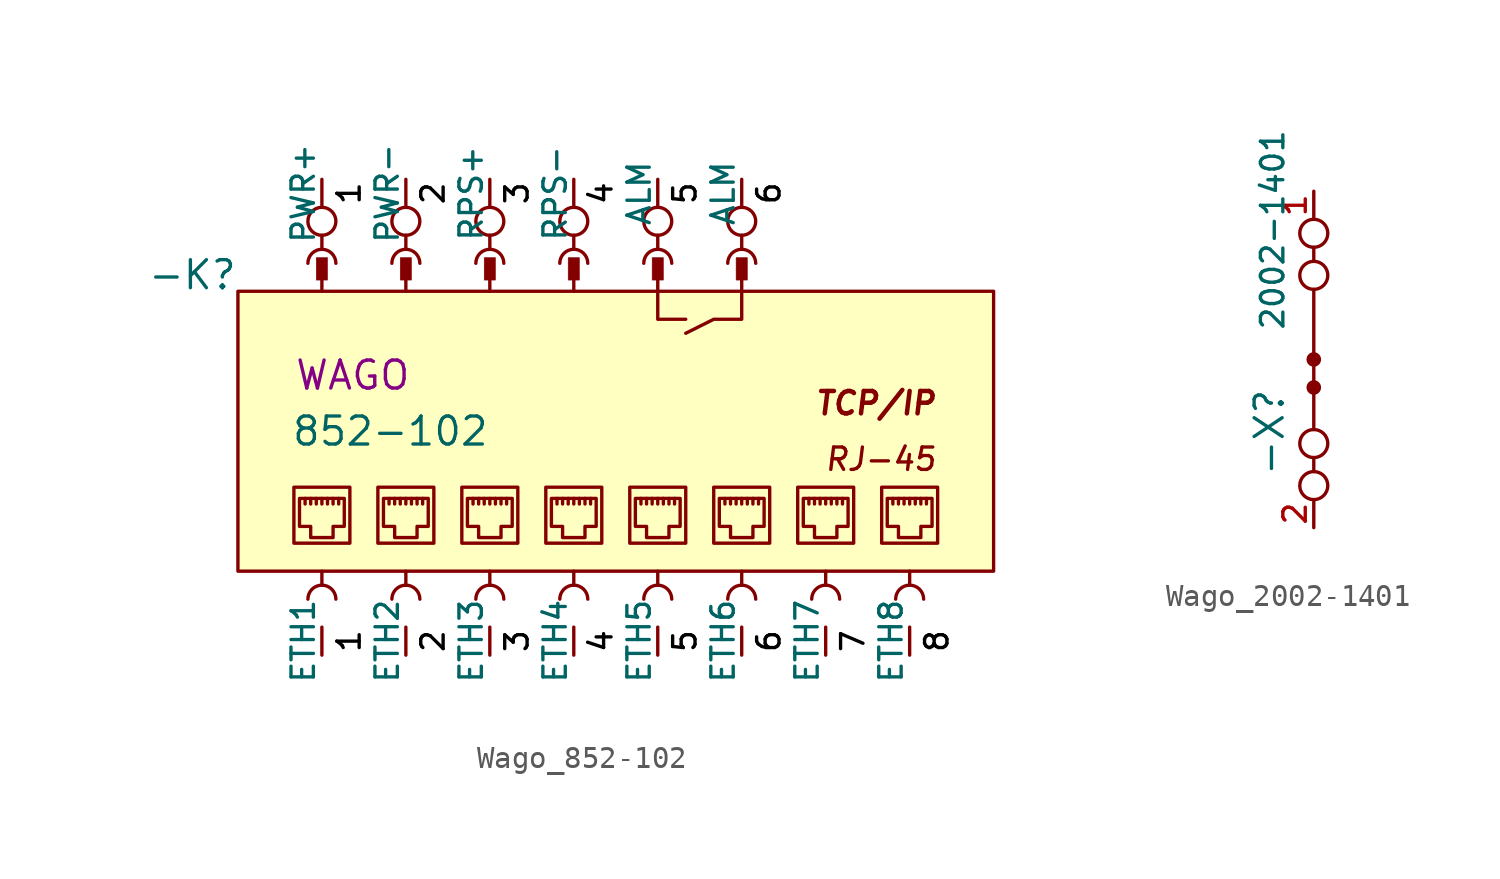
<source format=kicad_sym>
(kicad_symbol_lib
  (version 20231120)
  (generator "kicad_symbol_editor")
  (generator_version "8.0")
  (symbol "Wago_852-102"
    (pin_numbers hide)
    (pin_names
      (offset 0))
    (property "Reference" "-K"
      (at 0 0 0)
      (do_not_autoplace)
      (effects (font (size 1.27 1.27)) (justify right bottom)))
    (property "Value" "852-102"
      (at 11.43 -6.35 0)
      (do_not_autoplace)
      (effects (font (size 1.27 1.27)) (justify right)))
    (property "Manufacturer" "WAGO"
      (at 2.54 -3.81 0)
      (do_not_autoplace)
      (effects (font (size 1.27 1.27)) (justify left)))
    (symbol "Wago_852-102_0_1"
      (polyline (pts (xy 20.32 -1.27) (xy 19.05 -1.27) (xy 19.05 0)) (stroke (width 0) (type default)) (fill (type none)))
      (polyline (pts (xy 22.86 0) (xy 22.86 -1.27) (xy 21.59 -1.27) (xy 20.32 -1.905)) (stroke (width 0) (type default)) (fill (type none)))
      (circle (center 3.81 3.175) (radius 0.635) (stroke (width 0) (type default)) (fill (type none)))
      (circle (center 7.62 3.175) (radius 0.635) (stroke (width 0) (type default)) (fill (type none)))
      (circle (center 11.43 3.175) (radius 0.635) (stroke (width 0) (type default)) (fill (type none)))
      (circle (center 15.24 3.175) (radius 0.635) (stroke (width 0) (type default)) (fill (type none)))
      (circle (center 19.05 3.175) (radius 0.635) (stroke (width 0) (type default)) (fill (type none)))
      (circle (center 22.86 3.175) (radius 0.635) (stroke (width 0) (type default)) (fill (type none))))
    (symbol "Wago_852-102_1_0"
      (polyline (pts (xy 3.048 -9.652) (xy 3.048 -9.398)) (stroke (width 0) (type default)) (fill (type none)))
      (polyline (pts (xy 3.302 -9.652) (xy 3.302 -9.398)) (stroke (width 0) (type default)) (fill (type none)))
      (polyline (pts (xy 3.556 -9.652) (xy 3.556 -9.398)) (stroke (width 0) (type default)) (fill (type none)))
      (polyline (pts (xy 3.81 -9.652) (xy 3.81 -9.398)) (stroke (width 0) (type default)) (fill (type none)))
      (polyline (pts (xy 4.064 -9.652) (xy 4.064 -9.398)) (stroke (width 0) (type default)) (fill (type none)))
      (polyline (pts (xy 4.318 -9.652) (xy 4.318 -9.398)) (stroke (width 0) (type default)) (fill (type none)))
      (polyline (pts (xy 4.572 -9.652) (xy 4.572 -9.398)) (stroke (width 0) (type default)) (fill (type none)))
      (polyline (pts (xy 6.858 -9.652) (xy 6.858 -9.398)) (stroke (width 0) (type default)) (fill (type none)))
      (polyline (pts (xy 7.112 -9.652) (xy 7.112 -9.398)) (stroke (width 0) (type default)) (fill (type none)))
      (polyline (pts (xy 7.366 -9.652) (xy 7.366 -9.398)) (stroke (width 0) (type default)) (fill (type none)))
      (polyline (pts (xy 7.62 -9.652) (xy 7.62 -9.398)) (stroke (width 0) (type default)) (fill (type none)))
      (polyline (pts (xy 7.874 -9.652) (xy 7.874 -9.398)) (stroke (width 0) (type default)) (fill (type none)))
      (polyline (pts (xy 8.128 -9.652) (xy 8.128 -9.398)) (stroke (width 0) (type default)) (fill (type none)))
      (polyline (pts (xy 8.382 -9.652) (xy 8.382 -9.398)) (stroke (width 0) (type default)) (fill (type none)))
      (polyline (pts (xy 10.668 -9.652) (xy 10.668 -9.398)) (stroke (width 0) (type default)) (fill (type none)))
      (polyline (pts (xy 10.922 -9.652) (xy 10.922 -9.398)) (stroke (width 0) (type default)) (fill (type none)))
      (polyline (pts (xy 11.176 -9.652) (xy 11.176 -9.398)) (stroke (width 0) (type default)) (fill (type none)))
      (polyline (pts (xy 11.43 -9.652) (xy 11.43 -9.398)) (stroke (width 0) (type default)) (fill (type none)))
      (polyline (pts (xy 11.684 -9.652) (xy 11.684 -9.398)) (stroke (width 0) (type default)) (fill (type none)))
      (polyline (pts (xy 11.938 -9.652) (xy 11.938 -9.398)) (stroke (width 0) (type default)) (fill (type none)))
      (polyline (pts (xy 12.192 -9.652) (xy 12.192 -9.398)) (stroke (width 0) (type default)) (fill (type none)))
      (polyline (pts (xy 14.478 -9.652) (xy 14.478 -9.398)) (stroke (width 0) (type default)) (fill (type none)))
      (polyline (pts (xy 14.732 -9.652) (xy 14.732 -9.398)) (stroke (width 0) (type default)) (fill (type none)))
      (polyline (pts (xy 14.986 -9.652) (xy 14.986 -9.398)) (stroke (width 0) (type default)) (fill (type none)))
      (polyline (pts (xy 15.24 -9.652) (xy 15.24 -9.398)) (stroke (width 0) (type default)) (fill (type none)))
      (polyline (pts (xy 15.494 -9.652) (xy 15.494 -9.398)) (stroke (width 0) (type default)) (fill (type none)))
      (polyline (pts (xy 15.748 -9.652) (xy 15.748 -9.398)) (stroke (width 0) (type default)) (fill (type none)))
      (polyline (pts (xy 16.002 -9.652) (xy 16.002 -9.398)) (stroke (width 0) (type default)) (fill (type none)))
      (polyline (pts (xy 18.288 -9.652) (xy 18.288 -9.398)) (stroke (width 0) (type default)) (fill (type none)))
      (polyline (pts (xy 18.542 -9.652) (xy 18.542 -9.398)) (stroke (width 0) (type default)) (fill (type none)))
      (polyline (pts (xy 18.796 -9.652) (xy 18.796 -9.398)) (stroke (width 0) (type default)) (fill (type none)))
      (polyline (pts (xy 19.05 -9.652) (xy 19.05 -9.398)) (stroke (width 0) (type default)) (fill (type none)))
      (polyline (pts (xy 19.304 -9.652) (xy 19.304 -9.398)) (stroke (width 0) (type default)) (fill (type none)))
      (polyline (pts (xy 19.558 -9.652) (xy 19.558 -9.398)) (stroke (width 0) (type default)) (fill (type none)))
      (polyline (pts (xy 19.812 -9.652) (xy 19.812 -9.398)) (stroke (width 0) (type default)) (fill (type none)))
      (polyline (pts (xy 22.098 -9.652) (xy 22.098 -9.398)) (stroke (width 0) (type default)) (fill (type none)))
      (polyline (pts (xy 22.352 -9.652) (xy 22.352 -9.398)) (stroke (width 0) (type default)) (fill (type none)))
      (polyline (pts (xy 22.606 -9.652) (xy 22.606 -9.398)) (stroke (width 0) (type default)) (fill (type none)))
      (polyline (pts (xy 22.86 -9.652) (xy 22.86 -9.398)) (stroke (width 0) (type default)) (fill (type none)))
      (polyline (pts (xy 23.114 -9.652) (xy 23.114 -9.398)) (stroke (width 0) (type default)) (fill (type none)))
      (polyline (pts (xy 23.368 -9.652) (xy 23.368 -9.398)) (stroke (width 0) (type default)) (fill (type none)))
      (polyline (pts (xy 23.622 -9.652) (xy 23.622 -9.398)) (stroke (width 0) (type default)) (fill (type none)))
      (polyline (pts (xy 25.908 -9.652) (xy 25.908 -9.398)) (stroke (width 0) (type default)) (fill (type none)))
      (polyline (pts (xy 26.162 -9.652) (xy 26.162 -9.398)) (stroke (width 0) (type default)) (fill (type none)))
      (polyline (pts (xy 26.416 -9.652) (xy 26.416 -9.398)) (stroke (width 0) (type default)) (fill (type none)))
      (polyline (pts (xy 26.67 -9.652) (xy 26.67 -9.398)) (stroke (width 0) (type default)) (fill (type none)))
      (polyline (pts (xy 26.924 -9.652) (xy 26.924 -9.398)) (stroke (width 0) (type default)) (fill (type none)))
      (polyline (pts (xy 27.178 -9.652) (xy 27.178 -9.398)) (stroke (width 0) (type default)) (fill (type none)))
      (polyline (pts (xy 27.432 -9.652) (xy 27.432 -9.398)) (stroke (width 0) (type default)) (fill (type none)))
      (polyline (pts (xy 29.718 -9.652) (xy 29.718 -9.398)) (stroke (width 0) (type default)) (fill (type none)))
      (polyline (pts (xy 29.972 -9.652) (xy 29.972 -9.398)) (stroke (width 0) (type default)) (fill (type none)))
      (polyline (pts (xy 30.226 -9.652) (xy 30.226 -9.398)) (stroke (width 0) (type default)) (fill (type none)))
      (polyline (pts (xy 30.48 -9.652) (xy 30.48 -9.398)) (stroke (width 0) (type default)) (fill (type none)))
      (polyline (pts (xy 30.734 -9.652) (xy 30.734 -9.398)) (stroke (width 0) (type default)) (fill (type none)))
      (polyline (pts (xy 30.988 -9.652) (xy 30.988 -9.398)) (stroke (width 0) (type default)) (fill (type none)))
      (polyline (pts (xy 31.242 -9.652) (xy 31.242 -9.398)) (stroke (width 0) (type default)) (fill (type none)))
      (polyline (pts (xy 2.794 -10.668) (xy 3.302 -10.668) (xy 3.302 -11.176) (xy 4.318 -11.176) (xy 4.318 -10.668) (xy 4.826 -10.668) (xy 4.826 -9.398) (xy 2.794 -9.398) (xy 2.794 -10.668)) (stroke (width 0) (type default)) (fill (type none)))
      (polyline (pts (xy 6.604 -10.668) (xy 7.112 -10.668) (xy 7.112 -11.176) (xy 8.128 -11.176) (xy 8.128 -10.668) (xy 8.636 -10.668) (xy 8.636 -9.398) (xy 6.604 -9.398) (xy 6.604 -10.668)) (stroke (width 0) (type default)) (fill (type none)))
      (polyline (pts (xy 10.414 -10.668) (xy 10.922 -10.668) (xy 10.922 -11.176) (xy 11.938 -11.176) (xy 11.938 -10.668) (xy 12.446 -10.668) (xy 12.446 -9.398) (xy 10.414 -9.398) (xy 10.414 -10.668)) (stroke (width 0) (type default)) (fill (type none)))
      (polyline (pts (xy 14.224 -10.668) (xy 14.732 -10.668) (xy 14.732 -11.176) (xy 15.748 -11.176) (xy 15.748 -10.668) (xy 16.256 -10.668) (xy 16.256 -9.398) (xy 14.224 -9.398) (xy 14.224 -10.668)) (stroke (width 0) (type default)) (fill (type none)))
      (polyline (pts (xy 18.034 -10.668) (xy 18.542 -10.668) (xy 18.542 -11.176) (xy 19.558 -11.176) (xy 19.558 -10.668) (xy 20.066 -10.668) (xy 20.066 -9.398) (xy 18.034 -9.398) (xy 18.034 -10.668)) (stroke (width 0) (type default)) (fill (type none)))
      (polyline (pts (xy 21.844 -10.668) (xy 22.352 -10.668) (xy 22.352 -11.176) (xy 23.368 -11.176) (xy 23.368 -10.668) (xy 23.876 -10.668) (xy 23.876 -9.398) (xy 21.844 -9.398) (xy 21.844 -10.668)) (stroke (width 0) (type default)) (fill (type none)))
      (polyline (pts (xy 25.654 -10.668) (xy 26.162 -10.668) (xy 26.162 -11.176) (xy 27.178 -11.176) (xy 27.178 -10.668) (xy 27.686 -10.668) (xy 27.686 -9.398) (xy 25.654 -9.398) (xy 25.654 -10.668)) (stroke (width 0) (type default)) (fill (type none)))
      (polyline (pts (xy 29.464 -10.668) (xy 29.972 -10.668) (xy 29.972 -11.176) (xy 30.988 -11.176) (xy 30.988 -10.668) (xy 31.496 -10.668) (xy 31.496 -9.398) (xy 29.464 -9.398) (xy 29.464 -10.668)) (stroke (width 0) (type default)) (fill (type none)))
      (rectangle (start 2.54 -8.89) (end 5.08 -11.43) (stroke (width 0) (type default)) (fill (type none)))
      (rectangle (start 6.35 -8.89) (end 8.89 -11.43) (stroke (width 0) (type default)) (fill (type none)))
      (rectangle (start 10.16 -8.89) (end 12.7 -11.43) (stroke (width 0) (type default)) (fill (type none)))
      (rectangle (start 13.97 -8.89) (end 16.51 -11.43) (stroke (width 0) (type default)) (fill (type none)))
      (rectangle (start 17.78 -8.89) (end 20.32 -11.43) (stroke (width 0) (type default)) (fill (type none)))
      (rectangle (start 21.59 -8.89) (end 24.13 -11.43) (stroke (width 0) (type default)) (fill (type none)))
      (rectangle (start 25.4 -8.89) (end 27.94 -11.43) (stroke (width 0) (type default)) (fill (type none)))
      (rectangle (start 29.21 -8.89) (end 31.75 -11.43) (stroke (width 0) (type default)) (fill (type none)))
      (text "1" (at 4.445 -15.875 900) (effects (font (size 1.016 1.016) (color 0 0 0 1)) (justify top)))
      (text "1" (at 4.445 4.445 900) (effects (font (size 1.016 1.016) (color 0 0 0 1)) (justify top)))
      (text "2" (at 8.255 -15.875 900) (effects (font (size 1.016 1.016) (color 0 0 0 1)) (justify top)))
      (text "2" (at 8.255 4.445 900) (effects (font (size 1.016 1.016) (color 0 0 0 1)) (justify top)))
      (text "3" (at 12.065 -15.875 900) (effects (font (size 1.016 1.016) (color 0 0 0 1)) (justify top)))
      (text "3" (at 12.065 4.445 900) (effects (font (size 1.016 1.016) (color 0 0 0 1)) (justify top)))
      (text "4" (at 15.875 -15.875 900) (effects (font (size 1.016 1.016) (color 0 0 0 1)) (justify top)))
      (text "4" (at 15.875 4.445 900) (effects (font (size 1.016 1.016) (color 0 0 0 1)) (justify top)))
      (text "5" (at 19.685 -15.875 900) (effects (font (size 1.016 1.016) (color 0 0 0 1)) (justify top)))
      (text "5" (at 19.685 4.445 900) (effects (font (size 1.016 1.016) (color 0 0 0 1)) (justify top)))
      (text "6" (at 23.495 -15.875 900) (effects (font (size 1.016 1.016) (color 0 0 0 1)) (justify top)))
      (text "6" (at 23.495 4.445 900) (effects (font (size 1.016 1.016) (color 0 0 0 1)) (justify top)))
      (text "7" (at 27.305 -15.875 900) (effects (font (size 1.016 1.016) (color 0 0 0 1)) (justify top)))
      (text "8" (at 31.115 -15.875 900) (effects (font (size 1.016 1.016) (color 0 0 0 1)) (justify top)))
      (text "RJ-45" (at 31.75 -7.62 0) (effects (font (size 1.016 1.016) (italic yes)) (justify right)))
      (text "TCP/IP" (at 31.75 -5.08 0) (effects (font (size 1.016 1.016) (bold yes) (italic yes)) (justify right))))
    (symbol "Wago_852-102_1_1"
      (polyline (pts (xy 3.81 -13.335) (xy 3.81 -12.7)) (stroke (width 0) (type default)) (fill (type none)))
      (polyline (pts (xy 3.81 1.27) (xy 3.81 0)) (stroke (width 0) (type default)) (fill (type none)))
      (polyline (pts (xy 3.81 1.905) (xy 3.81 2.54)) (stroke (width 0) (type default)) (fill (type none)))
      (polyline (pts (xy 7.62 -13.335) (xy 7.62 -12.7)) (stroke (width 0) (type default)) (fill (type none)))
      (polyline (pts (xy 7.62 1.27) (xy 7.62 0)) (stroke (width 0) (type default)) (fill (type none)))
      (polyline (pts (xy 7.62 1.905) (xy 7.62 2.54)) (stroke (width 0) (type default)) (fill (type none)))
      (polyline (pts (xy 11.43 -13.335) (xy 11.43 -12.7)) (stroke (width 0) (type default)) (fill (type none)))
      (polyline (pts (xy 11.43 1.27) (xy 11.43 0)) (stroke (width 0) (type default)) (fill (type none)))
      (polyline (pts (xy 11.43 1.905) (xy 11.43 2.54)) (stroke (width 0) (type default)) (fill (type none)))
      (polyline (pts (xy 15.24 -13.335) (xy 15.24 -12.7)) (stroke (width 0) (type default)) (fill (type none)))
      (polyline (pts (xy 15.24 1.27) (xy 15.24 0)) (stroke (width 0) (type default)) (fill (type none)))
      (polyline (pts (xy 15.24 1.905) (xy 15.24 2.54)) (stroke (width 0) (type default)) (fill (type none)))
      (polyline (pts (xy 19.05 -13.335) (xy 19.05 -12.7)) (stroke (width 0) (type default)) (fill (type none)))
      (polyline (pts (xy 19.05 1.27) (xy 19.05 0)) (stroke (width 0) (type default)) (fill (type none)))
      (polyline (pts (xy 19.05 1.905) (xy 19.05 2.54)) (stroke (width 0) (type default)) (fill (type none)))
      (polyline (pts (xy 22.86 -13.335) (xy 22.86 -12.7)) (stroke (width 0) (type default)) (fill (type none)))
      (polyline (pts (xy 22.86 1.27) (xy 22.86 0)) (stroke (width 0) (type default)) (fill (type none)))
      (polyline (pts (xy 22.86 1.905) (xy 22.86 2.54)) (stroke (width 0) (type default)) (fill (type none)))
      (polyline (pts (xy 26.67 -13.335) (xy 26.67 -12.7)) (stroke (width 0) (type default)) (fill (type none)))
      (polyline (pts (xy 30.48 -13.335) (xy 30.48 -12.7)) (stroke (width 0) (type default)) (fill (type none)))
      (rectangle (start 0 0) (end 34.29 -12.7) (stroke (width 0) (type solid)) (fill (type background)))
      (rectangle (start 4.064 0.508) (end 3.556 1.524) (stroke (width 0.025) (type default)) (fill (type outline)))
      (arc (start 4.445 -13.97) (mid 3.81 -13.335) (end 3.175 -13.97) (stroke (width 0) (type default)) (fill (type none)))
      (arc (start 4.445 1.27) (mid 3.81 1.905) (end 3.175 1.27) (stroke (width 0) (type default)) (fill (type none)))
      (rectangle (start 7.874 0.508) (end 7.366 1.524) (stroke (width 0.025) (type default)) (fill (type outline)))
      (arc (start 8.255 -13.97) (mid 7.62 -13.335) (end 6.985 -13.97) (stroke (width 0) (type default)) (fill (type none)))
      (arc (start 8.255 1.27) (mid 7.62 1.905) (end 6.985 1.27) (stroke (width 0) (type default)) (fill (type none)))
      (rectangle (start 11.684 0.508) (end 11.176 1.524) (stroke (width 0.025) (type default)) (fill (type outline)))
      (arc (start 12.065 -13.97) (mid 11.43 -13.335) (end 10.795 -13.97) (stroke (width 0) (type default)) (fill (type none)))
      (arc (start 12.065 1.27) (mid 11.43 1.905) (end 10.795 1.27) (stroke (width 0) (type default)) (fill (type none)))
      (rectangle (start 15.494 0.508) (end 14.986 1.524) (stroke (width 0.025) (type default)) (fill (type outline)))
      (arc (start 15.875 -13.97) (mid 15.24 -13.335) (end 14.605 -13.97) (stroke (width 0) (type default)) (fill (type none)))
      (arc (start 15.875 1.27) (mid 15.24 1.905) (end 14.605 1.27) (stroke (width 0) (type default)) (fill (type none)))
      (rectangle (start 19.304 0.508) (end 18.796 1.524) (stroke (width 0.025) (type default)) (fill (type outline)))
      (arc (start 19.685 -13.97) (mid 19.05 -13.335) (end 18.415 -13.97) (stroke (width 0) (type default)) (fill (type none)))
      (arc (start 19.685 1.27) (mid 19.05 1.905) (end 18.415 1.27) (stroke (width 0) (type default)) (fill (type none)))
      (rectangle (start 23.114 0.508) (end 22.606 1.524) (stroke (width 0.025) (type default)) (fill (type outline)))
      (arc (start 23.495 -13.97) (mid 22.86 -13.335) (end 22.225 -13.97) (stroke (width 0) (type default)) (fill (type none)))
      (arc (start 23.495 1.27) (mid 22.86 1.905) (end 22.225 1.27) (stroke (width 0) (type default)) (fill (type none)))
      (arc (start 27.305 -13.97) (mid 26.67 -13.335) (end 26.035 -13.97) (stroke (width 0) (type default)) (fill (type none)))
      (arc (start 31.115 -13.97) (mid 30.48 -13.335) (end 29.845 -13.97) (stroke (width 0) (type default)) (fill (type none)))
      (pin bidirectional line (at 3.81 -16.51 90) (length 1.27) (name "ETH1" (effects (font (size 1.016 1.016)))) (number "1" (effects (font (size 1.016 1.016)))))
      (pin power_in line (at 3.81 5.08 270) (length 1.27) (name "PWR+" (effects (font (size 1.016 1.016)))) (number "1" (effects (font (size 1.016 1.016)))))
      (pin bidirectional line (at 7.62 -16.51 90) (length 1.27) (name "ETH2" (effects (font (size 1.016 1.016)))) (number "2" (effects (font (size 1.016 1.016)))))
      (pin power_in line (at 7.62 5.08 270) (length 1.27) (name "PWR-" (effects (font (size 1.016 1.016)))) (number "2" (effects (font (size 1.016 1.016)))))
      (pin bidirectional line (at 11.43 -16.51 90) (length 1.27) (name "ETH3" (effects (font (size 1.016 1.016)))) (number "3" (effects (font (size 1.016 1.016)))))
      (pin power_in line (at 11.43 5.08 270) (length 1.27) (name "RPS+" (effects (font (size 1.016 1.016)))) (number "3" (effects (font (size 1.016 1.016)))))
      (pin bidirectional line (at 15.24 -16.51 90) (length 1.27) (name "ETH4" (effects (font (size 1.016 1.016)))) (number "4" (effects (font (size 1.016 1.016)))))
      (pin power_in line (at 15.24 5.08 270) (length 1.27) (name "RPS-" (effects (font (size 1.016 1.016)))) (number "4" (effects (font (size 1.016 1.016)))))
      (pin passive line (at 19.05 5.08 270) (length 1.27) (name "ALM" (effects (font (size 1.016 1.016)))) (number "5" (effects (font (size 1.016 1.016)))))
      (pin bidirectional line (at 19.05 -16.51 90) (length 1.27) (name "ETH5" (effects (font (size 1.016 1.016)))) (number "5" (effects (font (size 1.016 1.016)))))
      (pin passive line (at 22.86 5.08 270) (length 1.27) (name "ALM" (effects (font (size 1.016 1.016)))) (number "6" (effects (font (size 1.016 1.016)))))
      (pin bidirectional line (at 22.86 -16.51 90) (length 1.27) (name "ETH6" (effects (font (size 1.016 1.016)))) (number "6" (effects (font (size 1.016 1.016)))))
      (pin bidirectional line (at 26.67 -16.51 90) (length 1.27) (name "ETH7" (effects (font (size 1.016 1.016)))) (number "7" (effects (font (size 1.016 1.016)))))
      (pin bidirectional line (at 30.48 -16.51 90) (length 1.27) (name "ETH8" (effects (font (size 1.016 1.016)))) (number "8" (effects (font (size 1.016 1.016)))))))
  (symbol "Wago_2002-1401"
    (pin_names
      (offset 0))
    (property "Reference" "-X"
      (at -1.27 -1.27 90)
      (do_not_autoplace)
      (effects (font (size 1.27 1.27)) (justify right bottom)))
    (property "Value" "${PartNo}"
      (at -1.27 1.27 90)
      (do_not_autoplace)
      (effects (font (size 1.016 1.016)) (justify left bottom)))
    (property "PartNo" "2002-1401"
      (at 6.35 -10.16 0)
      (effects (font (size 1.016 1.016)) (justify left) (hide yes)))
    (symbol "Wago_2002-1401_0_1"
      (circle (center 0 -5.715) (radius 0.635) (stroke (width 0) (type default)) (fill (type none)))
      (circle (center 0 -3.81) (radius 0.635) (stroke (width 0) (type default)) (fill (type none)))
      (circle (center 0 -1.27) (radius 0.254) (stroke (width 0) (type default)) (fill (type outline)))
      (polyline (pts (xy 0 -4.445) (xy 0 -5.08)) (stroke (width 0) (type default)) (fill (type none)))
      (polyline (pts (xy 0 5.08) (xy 0 4.445)) (stroke (width 0) (type default)) (fill (type none)))
      (circle (center 0 3.81) (radius 0.635) (stroke (width 0) (type default)) (fill (type none)))
      (circle (center 0 5.715) (radius 0.635) (stroke (width 0) (type default)) (fill (type none))))
    (symbol "Wago_2002-1401_1_1"
      (polyline (pts (xy 0 -3.175) (xy 0 3.175)) (stroke (width 0) (type default)) (fill (type none)))
      (circle (center 0 0) (radius 0.254) (stroke (width 0) (type default)) (fill (type outline)))
      (pin passive line (at 0 7.62 270) (length 1.27) (name "" (effects (font (size 1.016 1.016)))) (number "1" (effects (font (size 1.016 1.016)))))
      (pin passive line (at 0 -7.62 90) (length 1.27) (name "" (effects (font (size 1.016 1.016)))) (number "2" (effects (font (size 1.016 1.016)))))
      (pin passive line (at 0 0 180) (length 0) (name "J1" (effects (font (size 0 0)))) (number "3" (effects (font (size 0 0)))))
      (pin passive line (at 0 -1.27 180) (length 0) (name "J2" (effects (font (size 0 0)))) (number "4" (effects (font (size 0 0))))))))
</source>
